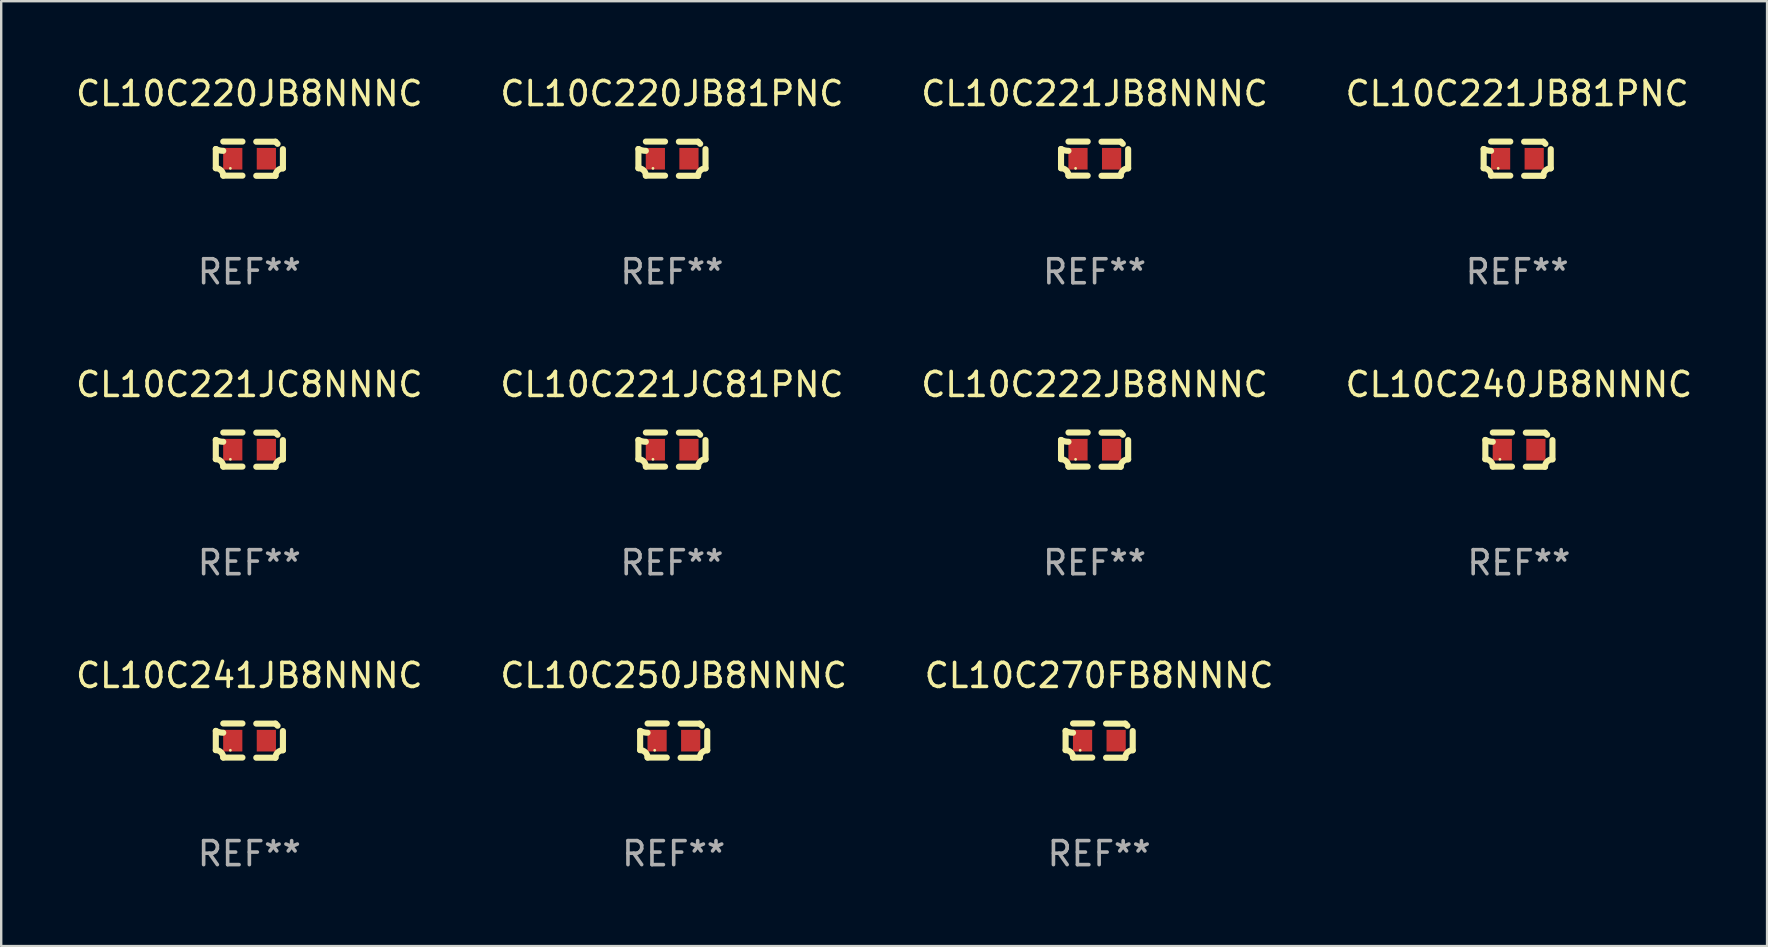
<source format=kicad_pcb>
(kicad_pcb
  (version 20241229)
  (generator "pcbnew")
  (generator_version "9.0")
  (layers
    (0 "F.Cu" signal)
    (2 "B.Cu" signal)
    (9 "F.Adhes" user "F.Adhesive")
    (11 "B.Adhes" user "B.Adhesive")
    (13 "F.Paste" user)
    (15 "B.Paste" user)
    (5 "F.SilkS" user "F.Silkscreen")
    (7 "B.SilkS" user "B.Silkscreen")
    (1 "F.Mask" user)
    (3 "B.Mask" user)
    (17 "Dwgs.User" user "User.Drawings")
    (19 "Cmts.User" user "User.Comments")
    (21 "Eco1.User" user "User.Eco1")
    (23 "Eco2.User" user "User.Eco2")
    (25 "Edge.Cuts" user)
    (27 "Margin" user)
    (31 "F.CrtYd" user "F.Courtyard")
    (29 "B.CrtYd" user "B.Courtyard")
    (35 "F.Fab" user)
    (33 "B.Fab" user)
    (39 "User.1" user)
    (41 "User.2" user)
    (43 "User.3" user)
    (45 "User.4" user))
  (footprint "CL10C221JB81PNC"
    (layer "F.Cu")
    (at 60.161 3.561)
    (property "Reference" "CL10C221JB81PNC" (at 0 -2.713 0) (layer "F.SilkS") (effects (font (size 1 1) (thickness 0.15))))
    (attr through_hole)
    (fp_line (start -1.398 -0.403) (end -1.398 0.397) (stroke (width 0.254) (type solid)) (layer "F.SilkS"))
    (fp_line (start -0.288 -0.713) (end -1.088 -0.713) (stroke (width 0.254) (type solid)) (layer "F.SilkS"))
    (fp_line (start -0.288 0.707) (end -1.088 0.707) (stroke (width 0.254) (type solid)) (layer "F.SilkS"))
    (fp_line (start 0.288 -0.707) (end 1.088 -0.707) (stroke (width 0.254) (type solid)) (layer "F.SilkS"))
    (fp_line (start 0.288 0.713) (end 1.088 0.713) (stroke (width 0.254) (type solid)) (layer "F.SilkS"))
    (fp_line (start 1.398 -0.397) (end 1.398 0.403) (stroke (width 0.254) (type solid)) (layer "F.SilkS"))
    (fp_arc (start -1.397789 0.397066) (mid -1.178701 0.487826) (end -1.08796 0.706922) (stroke (width 0.254001) (type solid)) (layer "F.SilkS"))
    (fp_arc (start -1.08796 -0.327176) (mid -1.247436 -0.346384) (end -1.39779 -0.402908) (stroke (width 0.254001) (type solid)) (layer "F.SilkS"))
    (fp_arc (start 1.087909 0.712738) (mid 1.178656 0.493655) (end 1.397739 0.402908) (stroke (width 0.254001) (type solid)) (layer "F.SilkS"))
    (fp_arc (start 1.175925 -0.618926) (mid 1.131917 -0.662923) (end 1.08791 -0.706922) (stroke (width 0.254001) (type solid)) (layer "F.SilkS"))
    (fp_circle (center -0.792 0.403) (end -0.762 0.403) (stroke (width 0.06) (type solid)) (fill no) (layer "F.SilkS"))
    (fp_text user "REF**" (at 0 4.713 0) (layer "F.Fab") (effects (font (size 1 1) (thickness 0.15))))
    (pad "1" smd rect (at -0.692 0.003) (size 0.8 0.9) (layers "F.Cu" "F.Mask" "F.Paste"))
    (pad "2" smd rect (at 0.708 0.003) (size 0.8 0.9) (layers "F.Cu" "F.Mask" "F.Paste")))
  (footprint "CL10C221JB8NNNC"
    (layer "F.Cu")
    (at 42.554 3.561)
    (property "Reference" "CL10C221JB8NNNC" (at 0 -2.713 0) (layer "F.SilkS") (effects (font (size 1 1) (thickness 0.15))))
    (attr through_hole)
    (fp_line (start -1.398 -0.403) (end -1.398 0.397) (stroke (width 0.254) (type solid)) (layer "F.SilkS"))
    (fp_line (start -0.288 -0.713) (end -1.088 -0.713) (stroke (width 0.254) (type solid)) (layer "F.SilkS"))
    (fp_line (start -0.288 0.707) (end -1.088 0.707) (stroke (width 0.254) (type solid)) (layer "F.SilkS"))
    (fp_line (start 0.288 -0.707) (end 1.088 -0.707) (stroke (width 0.254) (type solid)) (layer "F.SilkS"))
    (fp_line (start 0.288 0.713) (end 1.088 0.713) (stroke (width 0.254) (type solid)) (layer "F.SilkS"))
    (fp_line (start 1.398 -0.397) (end 1.398 0.403) (stroke (width 0.254) (type solid)) (layer "F.SilkS"))
    (fp_arc (start -1.397789 0.397066) (mid -1.178701 0.487826) (end -1.08796 0.706922) (stroke (width 0.254001) (type solid)) (layer "F.SilkS"))
    (fp_arc (start -1.08796 -0.327176) (mid -1.247436 -0.346384) (end -1.39779 -0.402908) (stroke (width 0.254001) (type solid)) (layer "F.SilkS"))
    (fp_arc (start 1.087909 0.712738) (mid 1.178656 0.493655) (end 1.397739 0.402908) (stroke (width 0.254001) (type solid)) (layer "F.SilkS"))
    (fp_arc (start 1.175925 -0.618926) (mid 1.131917 -0.662923) (end 1.08791 -0.706922) (stroke (width 0.254001) (type solid)) (layer "F.SilkS"))
    (fp_circle (center -0.792 0.403) (end -0.762 0.403) (stroke (width 0.06) (type solid)) (fill no) (layer "F.SilkS"))
    (fp_text user "REF**" (at 0 4.713 0) (layer "F.Fab") (effects (font (size 1 1) (thickness 0.15))))
    (pad "1" smd rect (at -0.692 0.003) (size 0.8 0.9) (layers "F.Cu" "F.Mask" "F.Paste"))
    (pad "2" smd rect (at 0.708 0.003) (size 0.8 0.9) (layers "F.Cu" "F.Mask" "F.Paste")))
  (footprint "CL10C220JB81PNC"
    (layer "F.Cu")
    (at 24.946 3.561)
    (property "Reference" "CL10C220JB81PNC" (at 0 -2.713 0) (layer "F.SilkS") (effects (font (size 1 1) (thickness 0.15))))
    (attr through_hole)
    (fp_line (start -1.398 -0.403) (end -1.398 0.397) (stroke (width 0.254) (type solid)) (layer "F.SilkS"))
    (fp_line (start -0.288 -0.713) (end -1.088 -0.713) (stroke (width 0.254) (type solid)) (layer "F.SilkS"))
    (fp_line (start -0.288 0.707) (end -1.088 0.707) (stroke (width 0.254) (type solid)) (layer "F.SilkS"))
    (fp_line (start 0.288 -0.707) (end 1.088 -0.707) (stroke (width 0.254) (type solid)) (layer "F.SilkS"))
    (fp_line (start 0.288 0.713) (end 1.088 0.713) (stroke (width 0.254) (type solid)) (layer "F.SilkS"))
    (fp_line (start 1.398 -0.397) (end 1.398 0.403) (stroke (width 0.254) (type solid)) (layer "F.SilkS"))
    (fp_arc (start -1.397789 0.397066) (mid -1.178701 0.487826) (end -1.08796 0.706922) (stroke (width 0.254001) (type solid)) (layer "F.SilkS"))
    (fp_arc (start -1.08796 -0.327176) (mid -1.247436 -0.346384) (end -1.39779 -0.402908) (stroke (width 0.254001) (type solid)) (layer "F.SilkS"))
    (fp_arc (start 1.087909 0.712738) (mid 1.178656 0.493655) (end 1.397739 0.402908) (stroke (width 0.254001) (type solid)) (layer "F.SilkS"))
    (fp_arc (start 1.175925 -0.618926) (mid 1.131917 -0.662923) (end 1.08791 -0.706922) (stroke (width 0.254001) (type solid)) (layer "F.SilkS"))
    (fp_circle (center -0.792 0.403) (end -0.762 0.403) (stroke (width 0.06) (type solid)) (fill no) (layer "F.SilkS"))
    (fp_text user "REF**" (at 0 4.713 0) (layer "F.Fab") (effects (font (size 1 1) (thickness 0.15))))
    (pad "1" smd rect (at -0.692 0.003) (size 0.8 0.9) (layers "F.Cu" "F.Mask" "F.Paste"))
    (pad "2" smd rect (at 0.708 0.003) (size 0.8 0.9) (layers "F.Cu" "F.Mask" "F.Paste")))
  (footprint "CL10C241JB8NNNC"
    (layer "F.Cu")
    (at 7.339 27.805)
    (property "Reference" "CL10C241JB8NNNC" (at 0 -2.713 0) (layer "F.SilkS") (effects (font (size 1 1) (thickness 0.15))))
    (attr through_hole)
    (fp_line (start -1.398 -0.403) (end -1.398 0.397) (stroke (width 0.254) (type solid)) (layer "F.SilkS"))
    (fp_line (start -0.288 -0.713) (end -1.088 -0.713) (stroke (width 0.254) (type solid)) (layer "F.SilkS"))
    (fp_line (start -0.288 0.707) (end -1.088 0.707) (stroke (width 0.254) (type solid)) (layer "F.SilkS"))
    (fp_line (start 0.288 -0.707) (end 1.088 -0.707) (stroke (width 0.254) (type solid)) (layer "F.SilkS"))
    (fp_line (start 0.288 0.713) (end 1.088 0.713) (stroke (width 0.254) (type solid)) (layer "F.SilkS"))
    (fp_line (start 1.398 -0.397) (end 1.398 0.403) (stroke (width 0.254) (type solid)) (layer "F.SilkS"))
    (fp_arc (start -1.397789 0.397066) (mid -1.178701 0.487826) (end -1.08796 0.706922) (stroke (width 0.254001) (type solid)) (layer "F.SilkS"))
    (fp_arc (start -1.08796 -0.327176) (mid -1.247436 -0.346384) (end -1.39779 -0.402908) (stroke (width 0.254001) (type solid)) (layer "F.SilkS"))
    (fp_arc (start 1.087909 0.712738) (mid 1.178656 0.493655) (end 1.397739 0.402908) (stroke (width 0.254001) (type solid)) (layer "F.SilkS"))
    (fp_arc (start 1.175925 -0.618926) (mid 1.131917 -0.662923) (end 1.08791 -0.706922) (stroke (width 0.254001) (type solid)) (layer "F.SilkS"))
    (fp_circle (center -0.792 0.403) (end -0.762 0.403) (stroke (width 0.06) (type solid)) (fill no) (layer "F.SilkS"))
    (fp_text user "REF**" (at 0 4.713 0) (layer "F.Fab") (effects (font (size 1 1) (thickness 0.15))))
    (pad "1" smd rect (at -0.692 0.003) (size 0.8 0.9) (layers "F.Cu" "F.Mask" "F.Paste"))
    (pad "2" smd rect (at 0.708 0.003) (size 0.8 0.9) (layers "F.Cu" "F.Mask" "F.Paste")))
  (footprint "CL10C250JB8NNNC"
    (layer "F.Cu")
    (at 25.018 27.805)
    (property "Reference" "CL10C250JB8NNNC" (at 0 -2.713 0) (layer "F.SilkS") (effects (font (size 1 1) (thickness 0.15))))
    (attr through_hole)
    (fp_line (start -1.398 -0.403) (end -1.398 0.397) (stroke (width 0.254) (type solid)) (layer "F.SilkS"))
    (fp_line (start -0.288 -0.713) (end -1.088 -0.713) (stroke (width 0.254) (type solid)) (layer "F.SilkS"))
    (fp_line (start -0.288 0.707) (end -1.088 0.707) (stroke (width 0.254) (type solid)) (layer "F.SilkS"))
    (fp_line (start 0.288 -0.707) (end 1.088 -0.707) (stroke (width 0.254) (type solid)) (layer "F.SilkS"))
    (fp_line (start 0.288 0.713) (end 1.088 0.713) (stroke (width 0.254) (type solid)) (layer "F.SilkS"))
    (fp_line (start 1.398 -0.397) (end 1.398 0.403) (stroke (width 0.254) (type solid)) (layer "F.SilkS"))
    (fp_arc (start -1.397789 0.397066) (mid -1.178701 0.487826) (end -1.08796 0.706922) (stroke (width 0.254001) (type solid)) (layer "F.SilkS"))
    (fp_arc (start -1.08796 -0.327176) (mid -1.247436 -0.346384) (end -1.39779 -0.402908) (stroke (width 0.254001) (type solid)) (layer "F.SilkS"))
    (fp_arc (start 1.087909 0.712738) (mid 1.178656 0.493655) (end 1.397739 0.402908) (stroke (width 0.254001) (type solid)) (layer "F.SilkS"))
    (fp_arc (start 1.175925 -0.618926) (mid 1.131917 -0.662923) (end 1.08791 -0.706922) (stroke (width 0.254001) (type solid)) (layer "F.SilkS"))
    (fp_circle (center -0.792 0.403) (end -0.762 0.403) (stroke (width 0.06) (type solid)) (fill no) (layer "F.SilkS"))
    (fp_text user "REF**" (at 0 4.713 0) (layer "F.Fab") (effects (font (size 1 1) (thickness 0.15))))
    (pad "1" smd rect (at -0.692 0.003) (size 0.8 0.9) (layers "F.Cu" "F.Mask" "F.Paste"))
    (pad "2" smd rect (at 0.708 0.003) (size 0.8 0.9) (layers "F.Cu" "F.Mask" "F.Paste")))
  (footprint "CL10C222JB8NNNC"
    (layer "F.Cu")
    (at 42.554 15.683)
    (property "Reference" "CL10C222JB8NNNC" (at 0 -2.713 0) (layer "F.SilkS") (effects (font (size 1 1) (thickness 0.15))))
    (attr through_hole)
    (fp_line (start -1.398 -0.403) (end -1.398 0.397) (stroke (width 0.254) (type solid)) (layer "F.SilkS"))
    (fp_line (start -0.288 -0.713) (end -1.088 -0.713) (stroke (width 0.254) (type solid)) (layer "F.SilkS"))
    (fp_line (start -0.288 0.707) (end -1.088 0.707) (stroke (width 0.254) (type solid)) (layer "F.SilkS"))
    (fp_line (start 0.288 -0.707) (end 1.088 -0.707) (stroke (width 0.254) (type solid)) (layer "F.SilkS"))
    (fp_line (start 0.288 0.713) (end 1.088 0.713) (stroke (width 0.254) (type solid)) (layer "F.SilkS"))
    (fp_line (start 1.398 -0.397) (end 1.398 0.403) (stroke (width 0.254) (type solid)) (layer "F.SilkS"))
    (fp_arc (start -1.397789 0.397066) (mid -1.178701 0.487826) (end -1.08796 0.706922) (stroke (width 0.254001) (type solid)) (layer "F.SilkS"))
    (fp_arc (start -1.08796 -0.327176) (mid -1.247436 -0.346384) (end -1.39779 -0.402908) (stroke (width 0.254001) (type solid)) (layer "F.SilkS"))
    (fp_arc (start 1.087909 0.712738) (mid 1.178656 0.493655) (end 1.397739 0.402908) (stroke (width 0.254001) (type solid)) (layer "F.SilkS"))
    (fp_arc (start 1.175925 -0.618926) (mid 1.131917 -0.662923) (end 1.08791 -0.706922) (stroke (width 0.254001) (type solid)) (layer "F.SilkS"))
    (fp_circle (center -0.792 0.403) (end -0.762 0.403) (stroke (width 0.06) (type solid)) (fill no) (layer "F.SilkS"))
    (fp_text user "REF**" (at 0 4.713 0) (layer "F.Fab") (effects (font (size 1 1) (thickness 0.15))))
    (pad "1" smd rect (at -0.692 0.003) (size 0.8 0.9) (layers "F.Cu" "F.Mask" "F.Paste"))
    (pad "2" smd rect (at 0.708 0.003) (size 0.8 0.9) (layers "F.Cu" "F.Mask" "F.Paste")))
  (footprint "CL10C220JB8NNNC"
    (layer "F.Cu")
    (at 7.339 3.561)
    (property "Reference" "CL10C220JB8NNNC" (at 0 -2.713 0) (layer "F.SilkS") (effects (font (size 1 1) (thickness 0.15))))
    (attr through_hole)
    (fp_line (start -1.398 -0.403) (end -1.398 0.397) (stroke (width 0.254) (type solid)) (layer "F.SilkS"))
    (fp_line (start -0.288 -0.713) (end -1.088 -0.713) (stroke (width 0.254) (type solid)) (layer "F.SilkS"))
    (fp_line (start -0.288 0.707) (end -1.088 0.707) (stroke (width 0.254) (type solid)) (layer "F.SilkS"))
    (fp_line (start 0.288 -0.707) (end 1.088 -0.707) (stroke (width 0.254) (type solid)) (layer "F.SilkS"))
    (fp_line (start 0.288 0.713) (end 1.088 0.713) (stroke (width 0.254) (type solid)) (layer "F.SilkS"))
    (fp_line (start 1.398 -0.397) (end 1.398 0.403) (stroke (width 0.254) (type solid)) (layer "F.SilkS"))
    (fp_arc (start -1.397789 0.397066) (mid -1.178701 0.487826) (end -1.08796 0.706922) (stroke (width 0.254001) (type solid)) (layer "F.SilkS"))
    (fp_arc (start -1.08796 -0.327176) (mid -1.247436 -0.346384) (end -1.39779 -0.402908) (stroke (width 0.254001) (type solid)) (layer "F.SilkS"))
    (fp_arc (start 1.087909 0.712738) (mid 1.178656 0.493655) (end 1.397739 0.402908) (stroke (width 0.254001) (type solid)) (layer "F.SilkS"))
    (fp_arc (start 1.175925 -0.618926) (mid 1.131917 -0.662923) (end 1.08791 -0.706922) (stroke (width 0.254001) (type solid)) (layer "F.SilkS"))
    (fp_circle (center -0.792 0.403) (end -0.762 0.403) (stroke (width 0.06) (type solid)) (fill no) (layer "F.SilkS"))
    (fp_text user "REF**" (at 0 4.713 0) (layer "F.Fab") (effects (font (size 1 1) (thickness 0.15))))
    (pad "1" smd rect (at -0.692 0.003) (size 0.8 0.9) (layers "F.Cu" "F.Mask" "F.Paste"))
    (pad "2" smd rect (at 0.708 0.003) (size 0.8 0.9) (layers "F.Cu" "F.Mask" "F.Paste")))
  (footprint "CL10C221JC8NNNC"
    (layer "F.Cu")
    (at 7.339 15.683)
    (property "Reference" "CL10C221JC8NNNC" (at 0 -2.713 0) (layer "F.SilkS") (effects (font (size 1 1) (thickness 0.15))))
    (attr through_hole)
    (fp_line (start -1.398 -0.403) (end -1.398 0.397) (stroke (width 0.254) (type solid)) (layer "F.SilkS"))
    (fp_line (start -0.288 -0.713) (end -1.088 -0.713) (stroke (width 0.254) (type solid)) (layer "F.SilkS"))
    (fp_line (start -0.288 0.707) (end -1.088 0.707) (stroke (width 0.254) (type solid)) (layer "F.SilkS"))
    (fp_line (start 0.288 -0.707) (end 1.088 -0.707) (stroke (width 0.254) (type solid)) (layer "F.SilkS"))
    (fp_line (start 0.288 0.713) (end 1.088 0.713) (stroke (width 0.254) (type solid)) (layer "F.SilkS"))
    (fp_line (start 1.398 -0.397) (end 1.398 0.403) (stroke (width 0.254) (type solid)) (layer "F.SilkS"))
    (fp_arc (start -1.397789 0.397066) (mid -1.178701 0.487826) (end -1.08796 0.706922) (stroke (width 0.254001) (type solid)) (layer "F.SilkS"))
    (fp_arc (start -1.08796 -0.327176) (mid -1.247436 -0.346384) (end -1.39779 -0.402908) (stroke (width 0.254001) (type solid)) (layer "F.SilkS"))
    (fp_arc (start 1.087909 0.712738) (mid 1.178656 0.493655) (end 1.397739 0.402908) (stroke (width 0.254001) (type solid)) (layer "F.SilkS"))
    (fp_arc (start 1.175925 -0.618926) (mid 1.131917 -0.662923) (end 1.08791 -0.706922) (stroke (width 0.254001) (type solid)) (layer "F.SilkS"))
    (fp_circle (center -0.792 0.403) (end -0.762 0.403) (stroke (width 0.06) (type solid)) (fill no) (layer "F.SilkS"))
    (fp_text user "REF**" (at 0 4.713 0) (layer "F.Fab") (effects (font (size 1 1) (thickness 0.15))))
    (pad "1" smd rect (at -0.692 0.003) (size 0.8 0.9) (layers "F.Cu" "F.Mask" "F.Paste"))
    (pad "2" smd rect (at 0.708 0.003) (size 0.8 0.9) (layers "F.Cu" "F.Mask" "F.Paste")))
  (footprint "CL10C240JB8NNNC"
    (layer "F.Cu")
    (at 60.232 15.683)
    (property "Reference" "CL10C240JB8NNNC" (at 0 -2.713 0) (layer "F.SilkS") (effects (font (size 1 1) (thickness 0.15))))
    (attr through_hole)
    (fp_line (start -1.398 -0.403) (end -1.398 0.397) (stroke (width 0.254) (type solid)) (layer "F.SilkS"))
    (fp_line (start -0.288 -0.713) (end -1.088 -0.713) (stroke (width 0.254) (type solid)) (layer "F.SilkS"))
    (fp_line (start -0.288 0.707) (end -1.088 0.707) (stroke (width 0.254) (type solid)) (layer "F.SilkS"))
    (fp_line (start 0.288 -0.707) (end 1.088 -0.707) (stroke (width 0.254) (type solid)) (layer "F.SilkS"))
    (fp_line (start 0.288 0.713) (end 1.088 0.713) (stroke (width 0.254) (type solid)) (layer "F.SilkS"))
    (fp_line (start 1.398 -0.397) (end 1.398 0.403) (stroke (width 0.254) (type solid)) (layer "F.SilkS"))
    (fp_arc (start -1.397789 0.397066) (mid -1.178701 0.487826) (end -1.08796 0.706922) (stroke (width 0.254001) (type solid)) (layer "F.SilkS"))
    (fp_arc (start -1.08796 -0.327176) (mid -1.247436 -0.346384) (end -1.39779 -0.402908) (stroke (width 0.254001) (type solid)) (layer "F.SilkS"))
    (fp_arc (start 1.087909 0.712738) (mid 1.178656 0.493655) (end 1.397739 0.402908) (stroke (width 0.254001) (type solid)) (layer "F.SilkS"))
    (fp_arc (start 1.175925 -0.618926) (mid 1.131917 -0.662923) (end 1.08791 -0.706922) (stroke (width 0.254001) (type solid)) (layer "F.SilkS"))
    (fp_circle (center -0.792 0.403) (end -0.762 0.403) (stroke (width 0.06) (type solid)) (fill no) (layer "F.SilkS"))
    (fp_text user "REF**" (at 0 4.713 0) (layer "F.Fab") (effects (font (size 1 1) (thickness 0.15))))
    (pad "1" smd rect (at -0.692 0.003) (size 0.8 0.9) (layers "F.Cu" "F.Mask" "F.Paste"))
    (pad "2" smd rect (at 0.708 0.003) (size 0.8 0.9) (layers "F.Cu" "F.Mask" "F.Paste")))
  (footprint "CL10C270FB8NNNC"
    (layer "F.Cu")
    (at 42.744 27.805)
    (property "Reference" "CL10C270FB8NNNC" (at 0 -2.713 0) (layer "F.SilkS") (effects (font (size 1 1) (thickness 0.15))))
    (attr through_hole)
    (fp_line (start -1.398 -0.403) (end -1.398 0.397) (stroke (width 0.254) (type solid)) (layer "F.SilkS"))
    (fp_line (start -0.288 -0.713) (end -1.088 -0.713) (stroke (width 0.254) (type solid)) (layer "F.SilkS"))
    (fp_line (start -0.288 0.707) (end -1.088 0.707) (stroke (width 0.254) (type solid)) (layer "F.SilkS"))
    (fp_line (start 0.288 -0.707) (end 1.088 -0.707) (stroke (width 0.254) (type solid)) (layer "F.SilkS"))
    (fp_line (start 0.288 0.713) (end 1.088 0.713) (stroke (width 0.254) (type solid)) (layer "F.SilkS"))
    (fp_line (start 1.398 -0.397) (end 1.398 0.403) (stroke (width 0.254) (type solid)) (layer "F.SilkS"))
    (fp_arc (start -1.397789 0.397066) (mid -1.178701 0.487826) (end -1.08796 0.706922) (stroke (width 0.254001) (type solid)) (layer "F.SilkS"))
    (fp_arc (start -1.08796 -0.327176) (mid -1.247436 -0.346384) (end -1.39779 -0.402908) (stroke (width 0.254001) (type solid)) (layer "F.SilkS"))
    (fp_arc (start 1.087909 0.712738) (mid 1.178656 0.493655) (end 1.397739 0.402908) (stroke (width 0.254001) (type solid)) (layer "F.SilkS"))
    (fp_arc (start 1.175925 -0.618926) (mid 1.131917 -0.662923) (end 1.08791 -0.706922) (stroke (width 0.254001) (type solid)) (layer "F.SilkS"))
    (fp_circle (center -0.792 0.403) (end -0.762 0.403) (stroke (width 0.06) (type solid)) (fill no) (layer "F.SilkS"))
    (fp_text user "REF**" (at 0 4.713 0) (layer "F.Fab") (effects (font (size 1 1) (thickness 0.15))))
    (pad "1" smd rect (at -0.692 0.003) (size 0.8 0.9) (layers "F.Cu" "F.Mask" "F.Paste"))
    (pad "2" smd rect (at 0.708 0.003) (size 0.8 0.9) (layers "F.Cu" "F.Mask" "F.Paste")))
  (footprint "CL10C221JC81PNC"
    (layer "F.Cu")
    (at 24.946 15.683)
    (property "Reference" "CL10C221JC81PNC" (at 0 -2.713 0) (layer "F.SilkS") (effects (font (size 1 1) (thickness 0.15))))
    (attr through_hole)
    (fp_line (start -1.398 -0.403) (end -1.398 0.397) (stroke (width 0.254) (type solid)) (layer "F.SilkS"))
    (fp_line (start -0.288 -0.713) (end -1.088 -0.713) (stroke (width 0.254) (type solid)) (layer "F.SilkS"))
    (fp_line (start -0.288 0.707) (end -1.088 0.707) (stroke (width 0.254) (type solid)) (layer "F.SilkS"))
    (fp_line (start 0.288 -0.707) (end 1.088 -0.707) (stroke (width 0.254) (type solid)) (layer "F.SilkS"))
    (fp_line (start 0.288 0.713) (end 1.088 0.713) (stroke (width 0.254) (type solid)) (layer "F.SilkS"))
    (fp_line (start 1.398 -0.397) (end 1.398 0.403) (stroke (width 0.254) (type solid)) (layer "F.SilkS"))
    (fp_arc (start -1.397789 0.397066) (mid -1.178701 0.487826) (end -1.08796 0.706922) (stroke (width 0.254001) (type solid)) (layer "F.SilkS"))
    (fp_arc (start -1.08796 -0.327176) (mid -1.247436 -0.346384) (end -1.39779 -0.402908) (stroke (width 0.254001) (type solid)) (layer "F.SilkS"))
    (fp_arc (start 1.087909 0.712738) (mid 1.178656 0.493655) (end 1.397739 0.402908) (stroke (width 0.254001) (type solid)) (layer "F.SilkS"))
    (fp_arc (start 1.175925 -0.618926) (mid 1.131917 -0.662923) (end 1.08791 -0.706922) (stroke (width 0.254001) (type solid)) (layer "F.SilkS"))
    (fp_circle (center -0.792 0.403) (end -0.762 0.403) (stroke (width 0.06) (type solid)) (fill no) (layer "F.SilkS"))
    (fp_text user "REF**" (at 0 4.713 0) (layer "F.Fab") (effects (font (size 1 1) (thickness 0.15))))
    (pad "1" smd rect (at -0.692 0.003) (size 0.8 0.9) (layers "F.Cu" "F.Mask" "F.Paste"))
    (pad "2" smd rect (at 0.708 0.003) (size 0.8 0.9) (layers "F.Cu" "F.Mask" "F.Paste")))
  (gr_rect
    (start -3 -3)
    (end 70.571 36.366)
    (stroke (width 0.1) (type default))
    (fill no)
    (layer "Edge.Cuts")))
</source>
